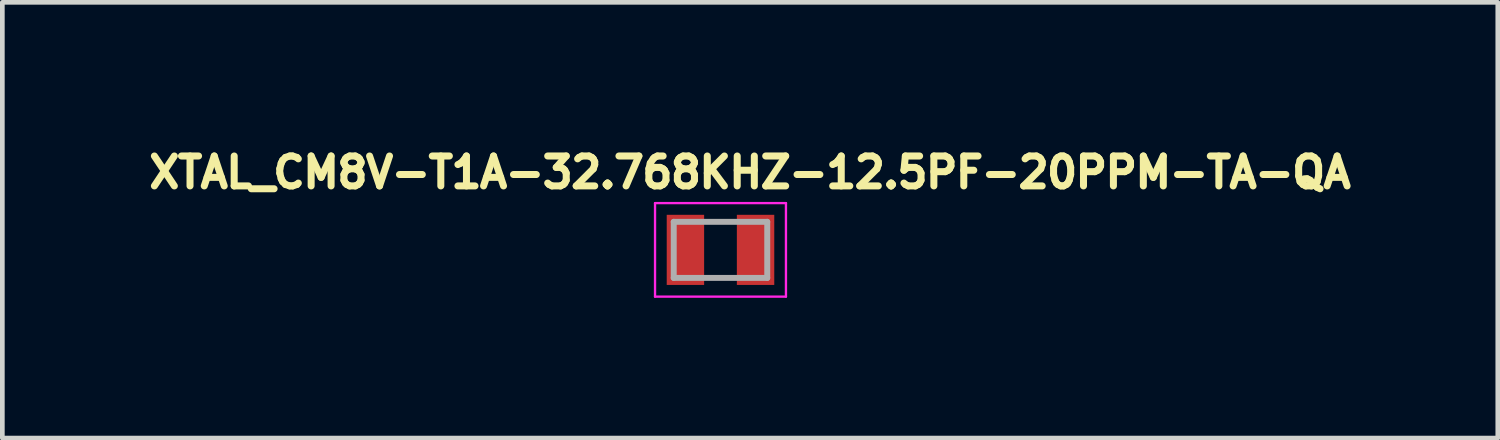
<source format=kicad_pcb>
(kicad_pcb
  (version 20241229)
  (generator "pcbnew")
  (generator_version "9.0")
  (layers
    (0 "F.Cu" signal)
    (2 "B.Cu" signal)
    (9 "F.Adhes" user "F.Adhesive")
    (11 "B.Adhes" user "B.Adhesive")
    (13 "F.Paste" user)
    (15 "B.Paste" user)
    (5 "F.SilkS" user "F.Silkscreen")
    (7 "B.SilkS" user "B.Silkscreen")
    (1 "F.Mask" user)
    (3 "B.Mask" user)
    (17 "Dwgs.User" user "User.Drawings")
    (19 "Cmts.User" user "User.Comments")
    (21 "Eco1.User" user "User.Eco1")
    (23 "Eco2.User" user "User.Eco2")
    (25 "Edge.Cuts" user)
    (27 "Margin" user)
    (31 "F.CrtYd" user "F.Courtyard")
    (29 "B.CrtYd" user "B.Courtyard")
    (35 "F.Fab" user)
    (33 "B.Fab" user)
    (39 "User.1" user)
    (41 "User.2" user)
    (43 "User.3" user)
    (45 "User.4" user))
  (footprint "XTAL_CM8V-T1A-32.768KHZ-12.5PF-20PPM-TA-QA"
    (layer "F.Cu")
    (at 12.359 2.294)
    (property "Reference" "XTAL_CM8V-T1A-32.768KHZ-12.5PF-20PPM-TA-QA" (at 0.632 -1.656 0) (layer "F.SilkS") (effects (font (size 0.64 0.64) (thickness 0.15))))
    (attr smd)
    (fp_line (start -1.4 -1) (end -1.4 1) (stroke (width 0.05) (type solid)) (layer "F.CrtYd"))
    (fp_line (start -1.4 1) (end 1.4 1) (stroke (width 0.05) (type solid)) (layer "F.CrtYd"))
    (fp_line (start 1.4 -1) (end -1.4 -1) (stroke (width 0.05) (type solid)) (layer "F.CrtYd"))
    (fp_line (start 1.4 1) (end 1.4 -1) (stroke (width 0.05) (type solid)) (layer "F.CrtYd"))
    (fp_line (start -1 -0.6) (end -1 0.6) (stroke (width 0.127) (type solid)) (layer "F.Fab"))
    (fp_line (start -1 -0.6) (end 1 -0.6) (stroke (width 0.127) (type solid)) (layer "F.Fab"))
    (fp_line (start -1 0.6) (end 1 0.6) (stroke (width 0.127) (type solid)) (layer "F.Fab"))
    (fp_line (start 1 -0.6) (end 1 0.6) (stroke (width 0.127) (type solid)) (layer "F.Fab"))
    (pad "1" smd rect (at -0.75 0) (size 0.8 1.5) (layers "F.Cu" "F.Mask" "F.Paste"))
    (pad "2" smd rect (at 0.75 0) (size 0.8 1.5) (layers "F.Cu" "F.Mask" "F.Paste")))
  (gr_rect
    (start -3 -3)
    (end 28.983 6.319)
    (stroke (width 0.1) (type default))
    (fill no)
    (layer "Edge.Cuts")))
</source>
